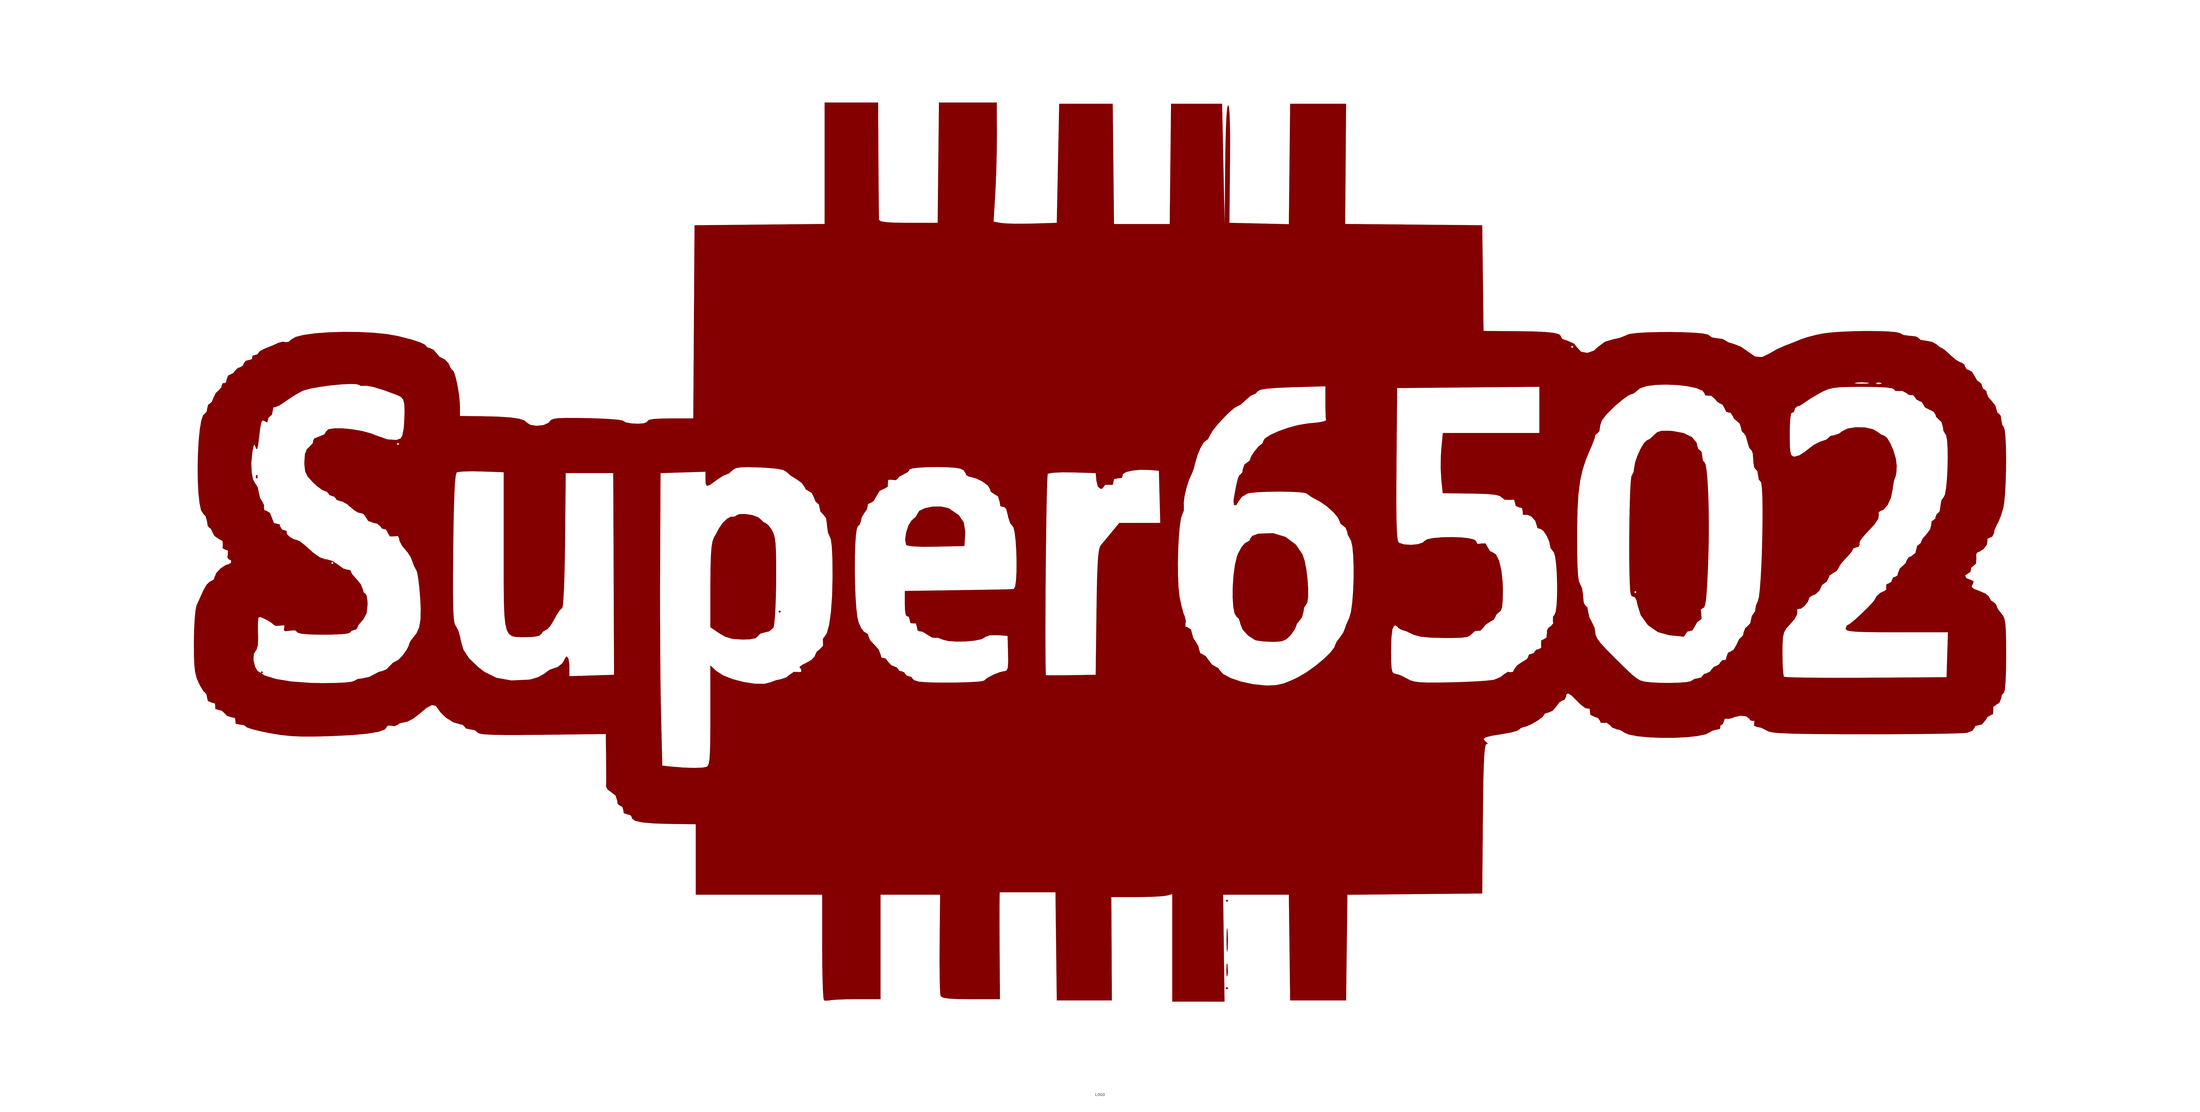
<source format=kicad_sym>
(kicad_symbol_lib
  (version 20220914)
  (generator "bitmap2component")
  (generator_version "9.0")
  (symbol "LOGO"
    (pin_names
      (offset 1.016))
    (property "Reference" "#G"
      (at 0 448.868 0)
      (effects (font (size 1.27 1.27)) hide))
    (symbol "LOGO_0_0"
      (polyline (pts (xy 41.727 -131.619) (xy 41.506 -114.685) (xy 51.911 -114.685) (xy 62.315 -114.685) (xy 62.523 -131.426) (xy 62.73 -148.167) (xy 71.582 -148.167) (xy 80.433 -148.167) (xy 80.641 -131.438) (xy 80.848 -114.709) (xy 102.192 -114.505) (xy 123.536 -114.3) (xy 123.74 -90.632) (xy 123.741 -90.481) (xy 123.816 -83.499) (xy 123.911 -77.93) (xy 124.032 -73.651) (xy 124.184 -70.537) (xy 124.375 -68.466) (xy 124.61 -67.311) (xy 124.894 -66.952) (xy 125.32 -66.824) (xy 124.713 -66.224) (xy 124.407 -66.014) (xy 123.962 -65.376) (xy 124.617 -64.843) (xy 126.515 -64.346) (xy 129.804 -63.816) (xy 129.905 -63.802) (xy 132.554 -63.327) (xy 134.503 -62.796) (xy 135.338 -62.324) (xy 135.517 -62.037) (xy 136.641 -61.576) (xy 137.433 -61.41) (xy 139.157 -60.653) (xy 141.035 -59.564) (xy 142.544 -58.459) (xy 143.164 -57.651) (xy 143.394 -57.272) (xy 144.573 -56.958) (xy 145.799 -56.447) (xy 147.012 -55.033) (xy 147.989 -53.723) (xy 149.066 -53.109) (xy 149.542 -52.976) (xy 150.091 -51.955) (xy 150.147 -51.338) (xy 150.671 -50.887) (xy 151.837 -51.602) (xy 153.764 -53.532) (xy 154.646 -54.414) (xy 156.138 -55.541) (xy 157.081 -55.764) (xy 157.53 -55.72) (xy 157.647 -56.688) (xy 157.797 -57.725) (xy 159.135 -58.358) (xy 160.211 -58.746) (xy 160.867 -59.681) (xy 161.052 -60.244) (xy 162.117 -60.278) (xy 162.899 -60.19) (xy 164.079 -61.072) (xy 164.663 -61.734) (xy 166.247 -62.345) (xy 167.087 -62.449) (xy 168.117 -63.016) (xy 168.309 -63.233) (xy 169.892 -63.94) (xy 172.596 -64.47) (xy 176.098 -64.823) (xy 180.075 -64.997) (xy 184.204 -64.99) (xy 188.164 -64.802) (xy 191.63 -64.431) (xy 194.28 -63.876) (xy 195.792 -63.134) (xy 196.376 -62.741) (xy 198.011 -62.345) (xy 198.753 -62.202) (xy 198.967 -61.576) (xy 198.846 -61.278) (xy 199.306 -60.806) (xy 199.696 -60.659) (xy 200.121 -59.606) (xy 200.232 -59.056) (xy 200.891 -58.882) (xy 201.264 -59.022) (xy 202.588 -58.784) (xy 203.297 -58.43) (xy 205.285 -57.993) (xy 207.103 -58.171) (xy 208.121 -58.946) (xy 208.469 -59.492) (xy 209.343 -59.66) (xy 209.705 -59.587) (xy 209.651 -60.381) (xy 209.6 -61.201) (xy 210.667 -61.576) (xy 211.85 -61.802) (xy 213.636 -62.706) (xy 214.084 -62.946) (xy 215.02 -63.197) (xy 216.504 -63.398) (xy 218.678 -63.555) (xy 221.685 -63.674) (xy 225.665 -63.758) (xy 230.76 -63.814) (xy 237.111 -63.846) (xy 244.86 -63.86) (xy 245.926 -63.861) (xy 252.588 -63.85) (xy 258.816 -63.817) (xy 264.426 -63.764) (xy 269.232 -63.694) (xy 273.052 -63.608) (xy 275.701 -63.511) (xy 276.995 -63.404) (xy 277.08 -63.386) (xy 278.726 -62.726) (xy 279.4 -61.831) (xy 279.613 -61.269) (xy 280.74 -60.965) (xy 281.731 -60.766) (xy 282.847 -59.459) (xy 283.58 -58.356) (xy 284.675 -57.727) (xy 285.26 -57.489) (xy 285.352 -56.254) (xy 285.335 -55.235) (xy 286.417 -54.402) (xy 287.247 -53.918) (xy 287.867 -52.411) (xy 288.021 -51.448) (xy 288.636 -50.8) (xy 288.692 -50.78) (xy 288.992 -49.794) (xy 289.216 -47.419) (xy 289.357 -43.784) (xy 289.406 -39.015) (xy 289.406 -38.556) (xy 289.386 -34.122) (xy 289.312 -30.944) (xy 289.152 -28.761) (xy 288.878 -27.312) (xy 288.46 -26.338) (xy 287.867 -25.577) (xy 286.809 -24.215) (xy 286.327 -23.099) (xy 286.193 -22.662) (xy 285.173 -21.83) (xy 284.637 -21.515) (xy 284.018 -20.438) (xy 283.925 -20.176) (xy 282.846 -19.307) (xy 280.946 -18.475) (xy 279.218 -17.816) (xy 278.461 -17.161) (xy 278.763 -16.388) (xy 278.883 -16.238) (xy 279.112 -15.404) (xy 277.987 -14.88) (xy 276.79 -14.389) (xy 276.418 -13.579) (xy 277.524 -12.788) (xy 278.088 -12.445) (xy 278.299 -11.632) (xy 278.262 -11.188) (xy 279.107 -10.462) (xy 279.861 -9.83) (xy 279.979 -8.072) (xy 279.939 -6.795) (xy 280.408 -6.158) (xy 280.852 -6.088) (xy 282.229 -5.232) (xy 283.287 -3.877) (xy 283.499 -2.622) (xy 283.443 -2.019) (xy 284.321 -1.539) (xy 284.988 -1.321) (xy 285.558 -0.171) (xy 285.76 0.936) (xy 286.592 2.715) (xy 286.913 3.274) (xy 287.765 5.345) (xy 288.517 7.845) (xy 288.792 9.437) (xy 289.064 12.296) (xy 289.256 15.828) (xy 289.366 19.718) (xy 289.393 23.649) (xy 289.335 27.308) (xy 289.19 30.376) (xy 288.958 32.539) (xy 288.636 33.482) (xy 288.15 34.207) (xy 287.867 35.836) (xy 287.681 37.058) (xy 287.097 37.715) (xy 286.685 37.929) (xy 286.327 39.084) (xy 285.965 40.273) (xy 284.788 41.77) (xy 283.792 42.901) (xy 283.248 44.25) (xy 283.16 44.788) (xy 282.479 45.412) (xy 282.125 45.542) (xy 281.709 46.567) (xy 281.62 47.098) (xy 280.92 47.721) (xy 280.204 48.218) (xy 279.4 49.645) (xy 278.614 50.926) (xy 277.495 51.57) (xy 276.939 51.708) (xy 276.321 52.724) (xy 276.195 53.261) (xy 275.226 53.879) (xy 274.916 53.939) (xy 273.506 54.745) (xy 271.821 56.188) (xy 271.238 56.756) (xy 269.818 58.001) (xy 269.013 58.497) (xy 268.504 58.715) (xy 267.36 59.651) (xy 266 60.426) (xy 263.951 60.806) (xy 262.365 61.03) (xy 261.697 61.576) (xy 261.678 61.667) (xy 260.811 62.149) (xy 259.048 62.346) (xy 258.813 62.349) (xy 256.948 62.595) (xy 255.924 63.115) (xy 255.791 63.222) (xy 254.452 63.523) (xy 251.985 63.73) (xy 248.709 63.844) (xy 244.938 63.867) (xy 240.989 63.797) (xy 237.18 63.637) (xy 233.825 63.388) (xy 231.243 63.05) (xy 229.254 62.639) (xy 226.424 61.912) (xy 224.367 61.215) (xy 224.339 61.204) (xy 221.925 60.21) (xy 219.364 59.222) (xy 219.305 59.201) (xy 216.827 58.09) (xy 214.627 56.823) (xy 212.154 55.609) (xy 209.945 55.77) (xy 207.634 57.358) (xy 207.533 57.45) (xy 205.399 58.904) (xy 203.2 59.767) (xy 201.428 60.293) (xy 200.445 60.906) (xy 199.561 61.364) (xy 197.831 61.576) (xy 196.228 61.842) (xy 195.309 62.538) (xy 194.966 62.765) (xy 193.346 63.083) (xy 190.688 63.319) (xy 187.304 63.474) (xy 183.506 63.546) (xy 179.608 63.534) (xy 175.921 63.437) (xy 172.759 63.254) (xy 170.434 62.983) (xy 169.258 62.625) (xy 168.947 62.423) (xy 167.209 61.746) (xy 164.911 61.211) (xy 162.388 60.463) (xy 160.182 58.815) (xy 158.872 57.638) (xy 156.808 56.937) (xy 154.868 57.284) (xy 153.545 58.687) (xy 152.617 59.867) (xy 150.519 60.804) (xy 150.489 60.809) (xy 148.967 61.309) (xy 148.448 61.961) (xy 148.455 62.263) (xy 147.87 62.836) (xy 146.33 63.257) (xy 143.688 63.547) (xy 139.8 63.724) (xy 134.519 63.808) (xy 123.951 63.885) (xy 123.744 80.626) (xy 123.536 97.367) (xy 101.838 97.571) (xy 80.14 97.775) (xy 80.287 116.813) (xy 80.433 135.851) (xy 71.582 135.851) (xy 62.73 135.851) (xy 62.524 116.778) (xy 62.318 97.704) (xy 52.903 97.92) (xy 43.488 98.136) (xy 43.678 116.802) (xy 43.684 117.425) (xy 43.713 123.769) (xy 43.666 128.802) (xy 43.548 132.466) (xy 43.359 134.707) (xy 43.101 135.467) (xy 43.039 135.427) (xy 42.784 134.333) (xy 42.564 131.803) (xy 42.385 127.918) (xy 42.249 122.761) (xy 42.161 116.417) (xy 41.989 97.367) (xy 41.584 116.609) (xy 41.179 135.851) (xy 33.097 135.851) (xy 25.015 135.851) (xy 24.809 116.802) (xy 24.603 97.751) (xy 15.779 97.751) (xy 6.954 97.751) (xy 6.748 116.802) (xy 6.542 135.851) (xy -1.924 135.851) (xy -10.391 135.851) (xy -10.776 116.994) (xy -11.161 98.136) (xy -18.858 97.904) (xy -20.836 97.86) (xy -24.268 97.854) (xy -27.1 97.935) (xy -28.864 98.095) (xy -31.173 98.518) (xy -30.63 107.564) (xy -30.47 110.72) (xy -30.281 116.005) (xy -30.16 121.5) (xy -30.126 126.423) (xy -30.164 136.236) (xy -39.314 136.236) (xy -48.464 136.236) (xy -48.67 117.186) (xy -48.876 98.136) (xy -58.112 98.136) (xy -58.784 98.137) (xy -62.791 98.198) (xy -65.456 98.366) (xy -66.95 98.661) (xy -67.445 99.099) (xy -67.463 99.537) (xy -67.497 101.365) (xy -67.534 104.368) (xy -67.571 108.318) (xy -67.606 112.988) (xy -67.637 118.148) (xy -67.733 136.236) (xy -76.2 136.236) (xy -84.667 136.236) (xy -84.667 117.007) (xy -84.667 97.777) (xy -105.256 97.572) (xy -125.846 97.367) (xy -126.047 66.771) (xy -126.099 58.882) (xy 151.63 58.882) (xy 152.015 59.267) (xy 152.4 58.882) (xy 152.015 58.497) (xy 151.63 58.882) (xy -126.099 58.882) (xy -126.175 47.328) (xy 241.354 47.328) (xy 241.888 47.504) (xy 243.625 47.632) (xy 245.736 47.493) (xy 246.102 47.358) (xy 245.434 47.221) (xy 243.609 47.172) (xy 242.186 47.206) (xy 241.354 47.328) (xy -126.175 47.328) (xy -126.176 47.136) (xy 248.176 47.136) (xy 248.468 47.477) (xy 248.913 47.6) (xy 249.943 47.417) (xy 249.931 47.154) (xy 248.933 47.012) (xy 248.176 47.136) (xy -126.176 47.136) (xy -126.248 36.176) (xy -133.551 36.176) (xy -136.083 36.15) (xy -138.854 36) (xy -140.384 35.694) (xy -140.855 35.208) (xy -140.909 35.051) (xy -141.891 34.644) (xy -143.693 34.496) (xy -145.77 34.591) (xy -147.576 34.912) (xy -148.565 35.443) (xy -148.732 35.534) (xy -150.115 35.769) (xy -152.645 35.985) (xy -156.033 36.16) (xy -159.996 36.273) (xy -163.14 36.322) (xy -166.626 36.33) (xy -168.986 36.242) (xy -170.464 36.035) (xy -171.307 35.685) (xy -171.759 35.17) (xy -172.106 34.766) (xy -173.728 34.054) (xy -175.873 33.843) (xy -177.889 34.149) (xy -179.121 34.988) (xy -179.621 35.468) (xy -181.276 36.062) (xy -184.106 36.484) (xy -188.231 36.752) (xy -193.771 36.881) (xy -200.121 36.946) (xy -200.121 39.896) (xy -200.157 41.041) (xy -200.426 43.728) (xy -200.883 46.538) (xy -201.445 49.058) (xy -202.024 50.873) (xy -202.537 51.57) (xy -202.721 51.602) (xy -203.2 52.394) (xy -203.722 53.596) (xy -204.889 54.845) (xy -206.039 55.418) (xy -206.649 55.757) (xy -207.64 56.958) (xy -208.473 57.903) (xy -209.749 58.497) (xy -210.272 58.569) (xy -210.897 59.144) (xy -211.202 59.539) (xy -212.832 60.317) (xy -215.731 61.245) (xy -219.749 62.268) (xy -223.113 62.87) (xy -227.406 63.314) (xy -232.116 63.553) (xy -236.964 63.597) (xy -241.671 63.453) (xy -245.959 63.131) (xy -249.549 62.64) (xy -252.164 61.988) (xy -253.524 61.185) (xy -254.333 60.444) (xy -255.391 60.33) (xy -256.105 60.499) (xy -257.625 60.127) (xy -257.647 60.115) (xy -259.353 59.329) (xy -261.505 58.468) (xy -261.777 58.363) (xy -263.36 57.556) (xy -264.006 56.864) (xy -264.152 56.542) (xy -265.206 56.188) (xy -265.756 56.077) (xy -265.93 55.418) (xy -265.975 54.945) (xy -267.039 54.648) (xy -267.978 54.433) (xy -268.624 53.494) (xy -268.767 52.945) (xy -269.803 52.339) (xy -270.396 52.209) (xy -271.425 51.185) (xy -271.752 50.651) (xy -272.94 50.03) (xy -273.577 49.718) (xy -274.012 48.446) (xy -274.176 47.572) (xy -274.782 47.336) (xy -275.184 47.403) (xy -275.552 46.588) (xy -275.672 45.984) (xy -276.637 44.947) (xy -277.43 44.259) (xy -278.191 42.663) (xy -278.679 41.446) (xy -279.415 40.794) (xy -279.853 40.505) (xy -280.17 39.255) (xy -280.301 38.36) (xy -280.87 37.715) (xy -281.466 37.171) (xy -282.051 35.344) (xy -282.519 32.495) (xy -282.865 28.901) (xy -283.084 24.837) (xy -283.141 22.037) (xy -266.185 22.037) (xy -265.908 25.165) (xy -265.752 26.1) (xy -265.417 27.644) (xy -265.128 27.872) (xy -264.786 26.939) (xy -264.63 26.494) (xy -264.324 26.501) (xy -264.013 27.843) (xy -263.667 30.623) (xy -263.351 33.256) (xy -263.004 34.954) (xy -262.582 35.569) (xy -262.001 35.339) (xy -261.157 34.885) (xy -260.927 35.697) (xy -260.825 36.316) (xy -260.158 36.946) (xy -259.688 37.294) (xy -259.388 38.613) (xy -259.277 39.554) (xy -258.895 39.788) (xy -258.622 39.737) (xy -257.38 40.239) (xy -255.624 41.392) (xy -255.13 41.755) (xy -252.568 43.451) (xy -250.152 44.818) (xy -249.53 45.071) (xy -247.336 45.653) (xy -244.412 46.186) (xy -241.133 46.631) (xy -237.871 46.948) (xy -235.002 47.099) (xy -232.898 47.042) (xy -231.933 46.74) (xy -231.646 46.491) (xy -230.463 46.484) (xy -229.8 46.551) (xy -227.618 46.161) (xy -224.283 45.148) (xy -219.941 43.553) (xy -218.807 42.977) (xy -218.089 42.104) (xy -217.73 40.63) (xy -217.655 38.245) (xy -217.789 34.636) (xy -217.943 32.917) (xy -218.352 30.868) (xy -218.873 29.838) (xy -220.277 29.342) (xy -223.144 29.552) (xy -226.856 30.87) (xy -228.288 31.426) (xy -231.14 32.193) (xy -234.269 32.737) (xy -237.319 33.03) (xy -239.936 33.042) (xy -241.766 32.746) (xy -242.455 32.114) (xy -243.048 31.141) (xy -244.77 30.402) (xy -244.899 30.372) (xy -246.3 29.793) (xy -246.611 29.124) (xy -246.709 28.323) (xy -246.927 28.094) (xy -220.133 28.094) (xy -219.749 28.479) (xy -219.364 28.094) (xy -219.749 27.709) (xy -220.133 28.094) (xy -246.927 28.094) (xy -247.759 27.219) (xy -248.607 26.418) (xy -249.216 24.871) (xy -249.382 22.315) (xy -249.375 21.594) (xy -249.132 19.377) (xy -248.303 17.696) (xy -246.57 15.816) (xy -245.532 14.87) (xy -243.837 13.588) (xy -242.721 13.085) (xy -242.299 13.018) (xy -241.685 12.315) (xy -241.555 11.961) (xy -240.53 11.546) (xy -239.999 11.459) (xy -239.376 10.776) (xy -239.225 10.405) (xy -238.166 10.006) (xy -237.429 9.88) (xy -235.884 9.044) (xy -235.375 8.59) (xy -233.557 7.073) (xy -232.354 6.345) (xy -231.378 6.158) (xy -230.624 5.867) (xy -229.755 4.618) (xy -229.179 3.696) (xy -227.476 3.079) (xy -226.273 2.821) (xy -225.224 1.875) (xy -224.882 1.311) (xy -224.075 1.097) (xy -223.56 1.015) (xy -222.969 -0.078) (xy -222.325 -1.205) (xy -220.957 -1.172) (xy -219.757 -1.048) (xy -219.364 -1.927) (xy -219.239 -2.685) (xy -218.402 -4.262) (xy -218.322 -4.351) (xy -216.663 -6.306) (xy -215.722 -7.766) (xy -215.13 -9.296) (xy -214.629 -10.637) (xy -213.894 -11.994) (xy -213.68 -12.57) (xy -213.333 -14.474) (xy -212.995 -17.294) (xy -202.338 -17.294) (xy -202.317 -11.83) (xy -202.257 -4.982) (xy -202.165 1.952) (xy -202.034 8.123) (xy -201.87 12.865) (xy -201.668 16.235) (xy -201.428 18.29) (xy -201.145 19.089) (xy -200.8 19.198) (xy -199.113 19.368) (xy -196.471 19.434) (xy -193.274 19.38) (xy -186.267 19.133) (xy -186.267 -5.708) (xy -186.269 -11.83) (xy -186.257 -17.876) (xy -186.192 -22.654) (xy -186.034 -26.315) (xy -185.745 -29.005) (xy -185.286 -30.874) (xy -184.616 -32.07) (xy -183.698 -32.742) (xy -182.493 -33.038) (xy -180.96 -33.107) (xy -179.062 -33.097) (xy -176.904 -33.027) (xy -175.032 -32.666) (xy -174.23 -31.942) (xy -173.916 -31.406) (xy -172.851 -30.788) (xy -172.414 -30.568) (xy -171.351 -29.315) (xy -170.185 -27.324) (xy -169.529 -26.101) (xy -168.47 -24.491) (xy -167.752 -23.861) (xy -167.559 -23.173) (xy -167.368 -21.11) (xy -167.194 -17.842) (xy -167.044 -13.538) (xy -166.925 -8.367) (xy -166.844 -2.502) (xy -166.639 18.858) (xy -159.114 18.858) (xy -151.588 18.858) (xy -151.462 -13.085) (xy -151.443 -17.88) (xy -136.774 -17.88) (xy -136.754 -10.391) (xy -136.621 18.858) (xy -129.502 19.079) (xy -122.382 19.3) (xy -122.382 16.962) (xy -122.317 15.454) (xy -121.921 14.785) (xy -120.906 15.161) (xy -118.987 16.549) (xy -118.43 16.959) (xy -116.738 18.04) (xy -115.669 18.473) (xy -115.032 18.694) (xy -113.846 19.71) (xy -113.627 19.941) (xy -112.747 20.428) (xy -111.254 20.686) (xy -108.841 20.746) (xy -105.201 20.642) (xy -103.122 20.541) (xy -99.793 20.246) (xy -97.717 19.814) (xy -96.705 19.212) (xy -95.445 18.092) (xy -93.589 16.933) (xy -93.556 16.916) (xy -91.892 15.71) (xy -90.998 14.432) (xy -90.653 13.723) (xy -89.595 13.085) (xy -88.782 12.605) (xy -88.062 11.161) (xy -87.57 9.889) (xy -86.892 9.236) (xy -86.49 8.937) (xy -86.206 7.673) (xy -86.002 6.71) (xy -85.052 5.666) (xy -84.219 4.657) (xy -83.897 2.381) (xy -83.891 2.038) (xy -83.6 -0.033) (xy -83.01 -1.349) (xy -82.702 -2.078) (xy -82.385 -4.401) (xy -82.201 -8.249) (xy -82.166 -11.851) (xy -75.109 -11.851) (xy -75.086 -7.703) (xy -74.974 -3.946) (xy -74.77 -0.866) (xy -74.473 1.251) (xy -74.083 2.117) (xy -73.573 2.505) (xy -73.121 3.858) (xy -72.924 4.843) (xy -71.953 6.446) (xy -71.315 7.309) (xy -70.991 8.618) (xy -70.972 9.05) (xy -70.175 9.409) (xy -70.11 9.4) (xy -69.157 9.988) (xy -68.275 11.526) (xy -67.312 13.157) (xy -66.025 13.855) (xy -65.79 13.866) (xy -64.676 14.598) (xy -64.596 16.454) (xy -64.339 16.782) (xy -63.148 16.719) (xy -62.19 16.618) (xy -61.576 17.024) (xy -61.078 17.694) (xy -59.652 18.473) (xy -58.364 19.166) (xy -57.727 19.993) (xy -57.716 20.036) (xy -56.853 20.35) (xy -54.88 20.584) (xy -52.18 20.73) (xy -49.135 20.782) (xy -46.128 20.732) (xy -43.541 20.573) (xy -41.756 20.297) (xy -40.674 19.772) (xy -40.024 18.768) (xy -39.9 18.284) (xy -38.896 17.703) (xy -38.537 17.683) (xy -36.607 17.145) (xy -34.579 16.112) (xy -32.978 14.894) (xy -32.327 13.802) (xy -32.04 12.969) (xy -30.788 12.092) (xy -29.776 11.495) (xy -29.248 9.717) (xy -29.023 8.371) (xy -28.199 8.148) (xy -27.925 8.203) (xy -27.187 7.547) (xy -26.661 5.495) (xy -26.54 4.861) (xy -25.93 3.017) (xy -25.209 2.118) (xy -24.902 1.708) (xy -24.5 0.054) (xy -24.193 -2.528) (xy -23.987 -5.687) (xy -23.891 -9.072) (xy -23.912 -12.331) (xy -24.059 -15.112) (xy -24.339 -17.064) (xy -24.76 -17.836) (xy -25.04 -17.868) (xy -25.557 -17.906) (xy -26.395 -17.942) (xy -27.729 -17.979) (xy -29.731 -18.021) (xy -32.577 -18.07) (xy -36.44 -18.132) (xy -41.494 -18.209) (xy -47.914 -18.304) (xy -59.267 -18.473) (xy -59.267 -22.752) (xy -59.22 -24.408) (xy -58.959 -26.158) (xy -58.497 -26.555) (xy -58.028 -26.59) (xy -57.727 -27.64) (xy -57.515 -28.635) (xy -56.573 -28.757) (xy -55.744 -28.768) (xy -55.418 -29.981) (xy -55.266 -30.935) (xy -54.739 -31.229) (xy -54.715 -31.215) (xy -53.669 -31.386) (xy -52.405 -32.156) (xy -14.764 -32.156) (xy -14.755 -26.698) (xy -14.729 -20.82) (xy -14.687 -14.72) (xy -14.632 -8.592) (xy -14.565 -2.633) (xy -14.488 2.962) (xy -14.403 7.996) (xy -14.312 12.274) (xy -14.217 15.601) (xy -14.119 17.779) (xy -14.021 18.614) (xy -13.645 18.773) (xy -11.957 18.998) (xy -9.312 19.108) (xy -6.089 19.081) (xy 1.155 18.858) (xy 1.396 16.356) (xy 1.848 14.563) (xy 2.743 13.855) (xy 3.23 13.943) (xy 3.848 14.714) (xy 4.159 15.155) (xy 5.406 15.166) (xy 6.543 15.121) (xy 6.753 16.038) (xy 6.96 16.954) (xy 8.319 17.222) (xy 9.458 17.353) (xy 9.706 18.143) (xy 9.753 18.535) (xy 10.823 19.196) (xy 12.876 19.68) (xy 15.548 19.916) (xy 18.473 19.834) (xy 21.167 19.59) (xy 21.385 11.335) (xy 21.604 3.079) (xy 15.115 3.079) (xy 8.626 3.079) (xy 6.25 0.192) (xy 5.542 -0.666) (xy 3.922 -2.613) (xy 2.767 -3.981) (xy 2.492 -4.457) (xy 2.191 -5.577) (xy 1.952 -7.408) (xy 1.809 -9.476) (xy 27.18 -9.476) (xy 27.274 -5.289) (xy 27.479 -1.322) (xy 27.783 2.095) (xy 28.175 4.632) (xy 28.644 5.961) (xy 29.057 6.994) (xy 29.065 8.825) (xy 29.024 9.356) (xy 29.268 11.484) (xy 29.898 14.185) (xy 30.754 16.847) (xy 31.677 18.858) (xy 31.693 18.885) (xy 32.178 20.175) (xy 32.684 22.137) (xy 33.393 24.576) (xy 34.358 26.874) (xy 35.361 28.58) (xy 36.18 29.248) (xy 36.686 29.579) (xy 37.353 30.86) (xy 37.362 30.887) (xy 38.146 32.218) (xy 39.637 34.093) (xy 41.502 36.162) (xy 43.409 38.074) (xy 45.028 39.478) (xy 46.025 40.024) (xy 46.091 40.03) (xy 47.166 40.637) (xy 48.602 41.935) (xy 48.737 42.075) (xy 50.212 43.335) (xy 51.313 43.859) (xy 51.644 43.922) (xy 52.523 44.809) (xy 53.261 45.245) (xy 55.251 45.593) (xy 58.586 45.859) (xy 63.363 46.053) (xy 73.891 46.36) (xy 73.891 41.268) (xy 73.916 38.705) (xy 73.985 36.614) (xy 74.083 35.599) (xy 74.086 35.566) (xy 73.34 35.231) (xy 71.464 34.898) (xy 68.826 34.636) (xy 68.241 34.585) (xy 65.212 34.067) (xy 62.003 33.196) (xy 58.952 32.105) (xy 56.397 30.927) (xy 54.675 29.794) (xy 54.123 28.841) (xy 54.142 28.622) (xy 53.756 28.071) (xy 53.623 28.043) (xy 52.688 27.267) (xy 51.495 25.841) (xy 50.467 24.317) (xy 50.03 23.244) (xy 49.895 22.838) (xy 48.876 22.043) (xy 48.223 21.516) (xy 47.721 20.036) (xy 47.591 19.119) (xy 47.039 18.473) (xy 47.035 18.473) (xy 46.572 18.111) (xy 46.105 16.888) (xy 45.571 14.581) (xy 44.907 10.968) (xy 44.789 9.986) (xy 44.984 8.675) (xy 45.649 8.705) (xy 46.577 10.173) (xy 47.482 11.361) (xy 49.261 12.406) (xy 50.188 12.584) (xy 52.544 12.81) (xy 55.585 12.947) (xy 58.941 12.995) (xy 62.241 12.957) (xy 65.116 12.833) (xy 67.194 12.626) (xy 68.105 12.336) (xy 68.25 12.164) (xy 69.483 11.275) (xy 71.385 10.25) (xy 72.043 9.906) (xy 74.255 8.394) (xy 76.327 6.544) (xy 77.868 4.737) (xy 78.487 3.354) (xy 78.629 2.895) (xy 79.664 2.031) (xy 80.266 1.591) (xy 80.818 0.178) (xy 80.936 -0.615) (xy 81.78 -2.193) (xy 82.011 -2.581) (xy 82.427 -4.412) (xy 82.695 -7.279) (xy 82.819 -10.836) (xy 82.806 -14.741) (xy 82.658 -18.648) (xy 82.38 -22.213) (xy 81.978 -25.092) (xy 81.455 -26.939) (xy 81.271 -27.331) (xy 80.401 -29.351) (xy 79.916 -30.758) (xy 79.444 -31.825) (xy 78.317 -33.404) (xy 77.433 -34.569) (xy 76.97 -35.596) (xy 76.722 -36.328) (xy 75.918 -37.376) (xy 94.673 -37.376) (xy 94.673 -37.362) (xy 94.776 -33.292) (xy 95.084 -30.673) (xy 95.589 -29.543) (xy 96.035 -29.385) (xy 96.808 -29.882) (xy 96.957 -30.18) (xy 98.008 -30.793) (xy 98.066 -30.795) (xy 99.385 -31.193) (xy 101.215 -32.061) (xy 101.967 -32.407) (xy 104.074 -32.948) (xy 107.121 -33.257) (xy 111.404 -33.371) (xy 114.066 -33.371) (xy 116.839 -33.288) (xy 118.599 -33.062) (xy 119.66 -32.643) (xy 120.331 -31.985) (xy 121.18 -31.201) (xy 122.226 -31.077) (xy 122.932 -31.072) (xy 123.882 -30.092) (xy 124.604 -29.158) (xy 126.229 -28.094) (xy 127.13 -27.615) (xy 127.77 -26.585) (xy 127.902 -26.062) (xy 128.924 -25.122) (xy 129.371 -24.779) (xy 129.795 -23.665) (xy 130.015 -21.566) (xy 130.079 -18.206) (xy 130.02 -15.896) (xy 129.616 -11.992) (xy 128.882 -8.909) (xy 127.886 -6.885) (xy 126.695 -6.158) (xy 125.98 -5.836) (xy 125.219 -4.549) (xy 124.573 -3.413) (xy 123.206 -3.446) (xy 122.032 -3.58) (xy 121.612 -2.746) (xy 121.083 -2.231) (xy 119.367 -1.788) (xy 116.83 -1.513) (xy 113.854 -1.407) (xy 110.818 -1.471) (xy 108.105 -1.706) (xy 106.096 -2.113) (xy 105.17 -2.694) (xy 104.759 -3.123) (xy 103.175 -3.651) (xy 100.992 -3.866) (xy 98.793 -3.731) (xy 97.163 -3.207) (xy 97.097 -3.15) (xy 96.829 -2.497) (xy 96.624 -1.106) (xy 96.477 1.158) (xy 96.385 4.428) (xy 96.343 8.837) (xy 96.347 14.517) (xy 96.393 21.604) (xy 96.597 45.797) (xy 119.111 46.001) (xy 141.624 46.205) (xy 141.624 38.881) (xy 141.624 31.558) (xy 126.342 31.558) (xy 111.059 31.558) (xy 110.584 26.468) (xy 110.433 24.061) (xy 110.396 20.245) (xy 110.573 16.932) (xy 111.038 12.486) (xy 119.981 12.376) (xy 121.993 12.343) (xy 125.444 12.215) (xy 127.728 11.982) (xy 129.105 11.61) (xy 129.83 11.066) (xy 130.55 10.45) (xy 132.331 10.373) (xy 132.428 10.403) (xy 133.615 10.449) (xy 133.927 9.374) (xy 134.14 8.468) (xy 135.274 7.975) (xy 136.138 7.796) (xy 136.371 6.63) (xy 136.409 5.684) (xy 137.261 5.616) (xy 137.712 5.691) (xy 139.12 5.104) (xy 140.337 3.735) (xy 140.855 2.08) (xy 141.001 1.468) (xy 141.817 1.188) (xy 141.977 1.209) (xy 142.893 0.559) (xy 143.902 -0.923) (xy 153.577 -0.923) (xy 153.586 1.208) (xy 153.704 7.245) (xy 153.995 12.152) (xy 154.508 16.241) (xy 155.291 19.822) (xy 156.391 23.206) (xy 157.858 26.705) (xy 158.275 27.655) (xy 159.029 29.6) (xy 159.327 30.746) (xy 159.356 30.966) (xy 160.097 31.558) (xy 160.624 32.131) (xy 160.867 33.66) (xy 160.88 33.952) (xy 161.39 35.498) (xy 162.784 37.362) (xy 165.258 39.818) (xy 165.689 40.211) (xy 167.885 42.07) (xy 169.692 43.378) (xy 170.754 43.873) (xy 171.533 44.094) (xy 172.799 45.16) (xy 173.53 45.743) (xy 175.587 46.413) (xy 178.454 46.793) (xy 181.799 46.902) (xy 185.286 46.757) (xy 188.581 46.377) (xy 191.348 45.78) (xy 193.254 44.984) (xy 193.964 44.007) (xy 194.125 43.486) (xy 195.125 43.384) (xy 196.018 43.37) (xy 197.234 42.312) (xy 198.003 41.38) (xy 199.062 40.794) (xy 199.676 40.467) (xy 200.364 39.177) (xy 200.796 38.273) (xy 201.553 38.034) (xy 202.103 38.022) (xy 202.789 37.028) (xy 203.224 36.157) (xy 204.384 35.117) (xy 205.021 34.596) (xy 205.509 33.121) (xy 205.65 32.204) (xy 206.244 31.558) (xy 206.348 31.533) (xy 206.967 30.64) (xy 207.484 28.864) (xy 207.559 28.497) (xy 208.096 26.842) (xy 208.673 26.17) (xy 208.827 26.091) (xy 209.206 25.019) (xy 209.357 23.091) (xy 209.377 22.401) (xy 209.645 20.695) (xy 210.127 20.012) (xy 210.633 19.534) (xy 210.897 18.088) (xy 211.091 16.822) (xy 211.678 16.164) (xy 211.894 15.737) (xy 212.104 14.009) (xy 212.236 11.191) (xy 212.295 7.533) (xy 212.287 3.288) (xy 212.218 -1.29) (xy 212.093 -5.949) (xy 211.918 -10.436) (xy 211.699 -14.499) (xy 211.441 -17.884) (xy 211.15 -20.34) (xy 210.832 -21.614) (xy 210.195 -23.081) (xy 209.986 -24.38) (xy 210.004 -24.681) (xy 209.378 -25.772) (xy 208.946 -26.288) (xy 208.588 -27.779) (xy 208.394 -28.693) (xy 207.433 -29.74) (xy 206.815 -30.206) (xy 206.279 -31.64) (xy 206.159 -32.455) (xy 205.584 -33.097) (xy 205.555 -33.099) (xy 204.837 -33.807) (xy 204.085 -35.406) (xy 204.059 -35.479) (xy 203.145 -37.061) (xy 202.085 -37.715) (xy 201.379 -37.996) (xy 201.246 -38.349) (xy 218.594 -38.349) (xy 218.615 -35.371) (xy 218.754 -33.084) (xy 219.112 -31.557) (xy 219.794 -30.376) (xy 220.903 -29.127) (xy 222.454 -27.349) (xy 223.253 -25.836) (xy 223.284 -24.381) (xy 223.281 -24.209) (xy 223.825 -24.149) (xy 224.416 -24.095) (xy 225.551 -23.243) (xy 226.6 -21.961) (xy 227.061 -20.773) (xy 227.094 -20.559) (xy 227.885 -20.012) (xy 229.065 -19.514) (xy 230.331 -18.306) (xy 230.909 -17.071) (xy 231.044 -16.671) (xy 232.064 -15.885) (xy 232.596 -15.553) (xy 233.218 -14.315) (xy 233.509 -13.566) (xy 234.757 -12.7) (xy 235.661 -12.242) (xy 236.318 -11.301) (xy 236.379 -11.046) (xy 237.186 -9.759) (xy 238.627 -8.146) (xy 239.152 -7.614) (xy 240.411 -6.154) (xy 240.915 -5.26) (xy 241.068 -4.949) (xy 242.134 -4.618) (xy 242.713 -4.489) (xy 243.048 -3.704) (xy 242.973 -3.325) (xy 243.15 -2.672) (xy 243.836 -1.68) (xy 245.22 -0.094) (xy 247.488 2.34) (xy 247.696 2.567) (xy 248.914 4.37) (xy 249.116 5.74) (xy 249.012 6.395) (xy 249.702 6.927) (xy 250.597 7.251) (xy 251.893 8.745) (xy 252.94 11.082) (xy 253.51 13.85) (xy 253.581 14.526) (xy 253.909 16.456) (xy 254.281 17.471) (xy 254.398 17.683) (xy 254.664 19.093) (xy 254.77 21.222) (xy 254.483 23.464) (xy 253.736 26.001) (xy 252.72 28.364) (xy 251.626 30.108) (xy 250.647 30.788) (xy 249.856 31.072) (xy 248.486 32.056) (xy 247.239 32.76) (xy 244.738 33.318) (xy 241.88 33.398) (xy 239.269 32.998) (xy 237.513 32.114) (xy 236.403 31.31) (xy 234.703 30.788) (xy 233.861 30.669) (xy 233.218 30.114) (xy 232.634 29.53) (xy 231.101 29.004) (xy 230.614 28.865) (xy 228.552 27.821) (xy 226.488 26.261) (xy 225.834 25.704) (xy 223.941 24.498) (xy 222.447 24.072) (xy 221.798 24.206) (xy 221.314 24.715) (xy 221.044 25.886) (xy 220.928 28.011) (xy 220.903 31.382) (xy 220.908 32.459) (xy 221.024 35.716) (xy 221.283 37.628) (xy 221.673 38.1) (xy 222.069 38.028) (xy 222.442 38.824) (xy 222.554 39.4) (xy 223.344 40.024) (xy 224.057 40.206) (xy 225.461 41.079) (xy 226.148 41.596) (xy 228.04 42.814) (xy 230.359 44.158) (xy 231.58 44.802) (xy 233.088 45.437) (xy 234.736 45.84) (xy 236.874 46.065) (xy 239.853 46.161) (xy 244.021 46.182) (xy 247.843 46.146) (xy 251.304 45.995) (xy 253.336 45.722) (xy 254 45.322) (xy 254.299 44.887) (xy 255.511 44.858) (xy 256.505 44.896) (xy 257.907 44.187) (xy 258.486 43.684) (xy 259.481 43.545) (xy 259.907 43.589) (xy 260.63 42.767) (xy 260.987 42.187) (xy 262.164 41.564) (xy 262.625 41.459) (xy 263.236 40.493) (xy 263.716 39.666) (xy 265.161 38.938) (xy 266.428 38.331) (xy 267.085 37.291) (xy 267.216 36.705) (xy 268.239 35.684) (xy 268.954 35.023) (xy 269.394 33.445) (xy 269.567 32.235) (xy 270.212 31.143) (xy 270.386 30.9) (xy 270.699 29.401) (xy 270.874 26.903) (xy 270.922 23.766) (xy 270.854 20.355) (xy 270.68 17.031) (xy 270.411 14.157) (xy 270.058 12.096) (xy 269.63 11.21) (xy 268.922 10.259) (xy 268.624 8.491) (xy 268.624 8.442) (xy 268.393 6.827) (xy 267.854 6.158) (xy 267.5 6.027) (xy 267.085 5.003) (xy 266.991 4.471) (xy 266.259 3.849) (xy 265.85 3.628) (xy 265.697 2.502) (xy 265.377 1.086) (xy 264.214 -0.473) (xy 262.984 -1.873) (xy 262.467 -2.975) (xy 262.427 -3.25) (xy 261.697 -3.849) (xy 261.237 -4.171) (xy 260.927 -5.46) (xy 260.691 -6.442) (xy 259.388 -7.474) (xy 258.493 -7.901) (xy 257.848 -8.903) (xy 257.624 -9.596) (xy 256.507 -10.68) (xy 255.777 -11.316) (xy 255.16 -12.835) (xy 254.992 -13.587) (xy 254.192 -14.047) (xy 253.731 -14.097) (xy 253.23 -15.009) (xy 253.099 -15.547) (xy 252.1 -16.164) (xy 251.531 -16.325) (xy 251.412 -17.318) (xy 251.51 -17.915) (xy 250.948 -18.473) (xy 250.883 -18.476) (xy 249.666 -19.024) (xy 248.417 -20.105) (xy 247.842 -21.116) (xy 247.782 -21.279) (xy 246.951 -22.321) (xy 245.419 -23.924) (xy 243.537 -25.752) (xy 241.655 -27.472) (xy 240.125 -28.749) (xy 239.298 -29.248) (xy 238.98 -29.378) (xy 238.606 -30.403) (xy 238.696 -30.692) (xy 239.213 -31.011) (xy 240.352 -31.243) (xy 242.297 -31.4) (xy 245.23 -31.496) (xy 249.337 -31.544) (xy 254.798 -31.558) (xy 270.991 -31.558) (xy 270.77 -38.677) (xy 270.548 -45.797) (xy 245.055 -45.96) (xy 240.894 -45.98) (xy 235.093 -45.985) (xy 229.913 -45.963) (xy 225.537 -45.914) (xy 222.151 -45.843) (xy 219.937 -45.751) (xy 219.078 -45.639) (xy 218.981 -45.404) (xy 218.783 -43.922) (xy 218.645 -41.444) (xy 218.594 -38.349) (xy 201.246 -38.349) (xy 200.891 -39.3) (xy 200.726 -40.173) (xy 200.116 -40.406) (xy 199.642 -40.334) (xy 198.879 -41.13) (xy 198.531 -41.712) (xy 197.427 -42.333) (xy 196.917 -42.466) (xy 195.994 -43.488) (xy 195.657 -44.02) (xy 194.373 -44.642) (xy 193.819 -44.733) (xy 193.194 -45.412) (xy 192.926 -45.851) (xy 191.7 -46.182) (xy 190.816 -46.305) (xy 189.73 -46.952) (xy 189.561 -47.071) (xy 188.198 -47.347) (xy 185.853 -47.527) (xy 182.936 -47.606) (xy 179.857 -47.577) (xy 177.025 -47.433) (xy 174.852 -47.17) (xy 174.421 -47.08) (xy 173.436 -46.753) (xy 172.379 -46.122) (xy 170.998 -44.989) (xy 169.041 -43.156) (xy 166.255 -40.426) (xy 165.406 -39.585) (xy 162.744 -36.891) (xy 160.982 -34.956) (xy 159.94 -33.545) (xy 159.44 -32.426) (xy 159.303 -31.365) (xy 159.07 -30.058) (xy 158.148 -28.139) (xy 157.484 -26.919) (xy 157.018 -24.868) (xy 156.844 -23.745) (xy 156.248 -23.091) (xy 156.103 -23.038) (xy 155.658 -22.036) (xy 155.479 -20.166) (xy 155.47 -19.757) (xy 155.151 -17.642) (xy 154.517 -16.279) (xy 154.151 -15.435) (xy 153.879 -13.616) (xy 153.699 -10.686) (xy 153.601 -6.503) (xy 153.577 -0.923) (xy 143.902 -0.923) (xy 143.914 -0.94) (xy 144.745 -2.781) (xy 145.095 -4.458) (xy 145.177 -4.903) (xy 146.065 -6.048) (xy 146.201 -6.192) (xy 146.624 -7.567) (xy 146.945 -9.999) (xy 147.158 -13.118) (xy 147.256 -16.556) (xy 147.235 -19.941) (xy 147.086 -22.903) (xy 146.806 -25.073) (xy 146.387 -26.08) (xy 145.954 -26.585) (xy 145.911 -27.956) (xy 146.021 -28.744) (xy 145.154 -29.714) (xy 144.532 -30.082) (xy 144.011 -31.068) (xy 144.055 -31.51) (xy 143.855 -33.296) (xy 142.851 -33.867) (xy 142.232 -34.12) (xy 142.171 -35.406) (xy 142.225 -36.474) (xy 141.329 -36.945) (xy 140.714 -37.047) (xy 140.085 -37.715) (xy 139.938 -38.083) (xy 138.885 -38.485) (xy 138.333 -38.584) (xy 138.119 -39.188) (xy 138.146 -39.245) (xy 137.712 -40.023) (xy 136.287 -40.895) (xy 136.281 -40.897) (xy 134.572 -42.032) (xy 133.64 -43.348) (xy 133.252 -44.138) (xy 132.323 -44.217) (xy 131.68 -44.08) (xy 130.539 -44.786) (xy 129.313 -45.754) (xy 127.385 -46.564) (xy 126.92 -46.659) (xy 124.823 -46.897) (xy 121.664 -47.117) (xy 117.786 -47.299) (xy 113.53 -47.422) (xy 109.788 -47.483) (xy 106.249 -47.486) (xy 103.748 -47.385) (xy 102.004 -47.153) (xy 100.74 -46.767) (xy 99.676 -46.202) (xy 99.526 -46.11) (xy 97.572 -45.132) (xy 96.02 -44.699) (xy 95.591 -44.62) (xy 95.111 -44.131) (xy 94.833 -42.949) (xy 94.704 -40.791) (xy 94.673 -37.376) (xy 75.918 -37.376) (xy 75.449 -37.987) (xy 73.362 -40.025) (xy 70.765 -42.179) (xy 67.962 -44.184) (xy 65.257 -45.776) (xy 63.636 -46.575) (xy 60.782 -47.746) (xy 58.293 -48.305) (xy 55.549 -48.422) (xy 54.821 -48.4) (xy 50.933 -47.995) (xy 47.185 -47.182) (xy 43.927 -46.073) (xy 41.509 -44.785) (xy 40.28 -43.43) (xy 40 -42.949) (xy 38.917 -42.333) (xy 37.997 -41.813) (xy 36.945 -40.409) (xy 35.968 -39.099) (xy 34.891 -38.485) (xy 34.308 -38.219) (xy 33.867 -37) (xy 33.678 -36) (xy 32.712 -34.361) (xy 32.086 -33.478) (xy 31.558 -31.613) (xy 31.347 -30.663) (xy 30.321 -30.018) (xy 29.606 -29.819) (xy 29.564 -28.766) (xy 29.715 -28.05) (xy 29.398 -26.649) (xy 29.397 -26.649) (xy 28.934 -25.492) (xy 28.342 -23.294) (xy 27.75 -20.529) (xy 27.67 -20.073) (xy 27.367 -17.198) (xy 27.207 -13.556) (xy 27.18 -9.476) (xy 1.809 -9.476) (xy 1.764 -10.114) (xy 1.618 -13.863) (xy 1.503 -18.819) (xy 1.407 -25.148) (xy 1.155 -45.027) (xy -6.735 -45.149) (xy -9.146 -45.18) (xy -11.976 -45.199) (xy -13.911 -45.188) (xy -14.63 -45.149) (xy -14.667 -44.06) (xy -14.721 -41.033) (xy -14.753 -37) (xy -14.764 -32.156) (xy -52.405 -32.156) (xy -52.148 -32.312) (xy -52.057 -32.383) (xy -50.617 -33.246) (xy -49.747 -33.327) (xy -48.906 -33.265) (xy -47.379 -33.844) (xy -47.269 -33.899) (xy -45.473 -34.337) (xy -42.883 -34.517) (xy -39.965 -34.464) (xy -37.184 -34.201) (xy -35.006 -33.753) (xy -33.895 -33.144) (xy -33.767 -32.995) (xy -32.376 -32.516) (xy -30.033 -32.47) (xy -26.737 -32.712) (xy -26.584 -38.292) (xy -26.55 -41.06) (xy -26.682 -42.83) (xy -27.052 -43.664) (xy -27.722 -43.873) (xy -29.229 -44.201) (xy -31.264 -45.015) (xy -33.142 -46.009) (xy -34.205 -46.876) (xy -35.022 -47.091) (xy -37.043 -47.271) (xy -39.915 -47.406) (xy -43.29 -47.488) (xy -46.819 -47.513) (xy -50.153 -47.476) (xy -52.943 -47.371) (xy -54.841 -47.193) (xy -56.294 -46.76) (xy -56.958 -46.131) (xy -57.087 -45.801) (xy -58.112 -45.412) (xy -58.643 -45.325) (xy -59.267 -44.642) (xy -59.397 -44.288) (xy -60.421 -43.873) (xy -60.952 -43.786) (xy -61.576 -43.103) (xy -61.697 -42.758) (xy -62.703 -42.333) (xy -63.562 -42.009) (xy -64.666 -40.772) (xy -65.362 -39.886) (xy -66.233 -39.663) (xy -66.673 -39.625) (xy -66.964 -38.586) (xy -67.523 -37.071) (xy -68.888 -35.544) (xy -68.894 -35.539) (xy -70.249 -34.109) (xy -70.812 -32.794) (xy -70.948 -32.182) (xy -71.844 -31.558) (xy -72.18 -31.423) (xy -73.096 -30.258) (xy -73.96 -28.286) (xy -74.321 -26.622) (xy -74.647 -23.775) (xy -74.888 -20.173) (xy -75.042 -16.103) (xy -75.109 -11.851) (xy -82.166 -11.851) (xy -82.148 -13.626) (xy -82.149 -13.806) (xy -82.288 -19.919) (xy -82.65 -25.054) (xy -83.215 -29.074) (xy -83.963 -31.84) (xy -84.876 -33.212) (xy -85.207 -33.63) (xy -85.192 -34.932) (xy -85.153 -35.803) (xy -86.235 -36.961) (xy -87.134 -37.673) (xy -87.746 -38.936) (xy -87.813 -39.216) (xy -88.815 -40.295) (xy -90.632 -41.328) (xy -91.374 -41.671) (xy -92.54 -42.432) (xy -92.551 -42.894) (xy -92.184 -43.099) (xy -91.999 -43.905) (xy -92.346 -44.173) (xy -93.58 -44.127) (xy -94.431 -44.107) (xy -95.686 -44.964) (xy -96.696 -45.809) (xy -98.568 -46.456) (xy -99.994 -46.725) (xy -101.579 -47.323) (xy -101.679 -47.381) (xy -103.791 -47.896) (xy -106.812 -47.844) (xy -110.293 -47.316) (xy -113.786 -46.403) (xy -116.841 -45.196) (xy -119.01 -43.786) (xy -120.843 -42.065) (xy -120.843 -57.896) (xy -120.849 -61.886) (xy -120.886 -66.305) (xy -120.97 -69.519) (xy -121.115 -71.72) (xy -121.335 -73.103) (xy -121.645 -73.863) (xy -122.06 -74.193) (xy -123.358 -74.432) (xy -125.996 -74.528) (xy -129.43 -74.418) (xy -133.266 -74.105) (xy -136.068 -73.808) (xy -136.477 -56.724) (xy -136.543 -53.508) (xy -136.627 -47.712) (xy -136.694 -40.924) (xy -136.742 -33.472) (xy -136.769 -25.682) (xy -136.774 -17.88) (xy -151.443 -17.88) (xy -151.336 -45.027) (xy -158.411 -45.249) (xy -165.485 -45.47) (xy -165.485 -42.362) (xy -165.506 -41.646) (xy -165.774 -39.938) (xy -166.255 -39.255) (xy -166.499 -39.3) (xy -167.024 -40.132) (xy -167.03 -40.223) (xy -167.743 -41.434) (xy -169.191 -42.562) (xy -170.713 -43.078) (xy -171.763 -43.46) (xy -173.259 -44.549) (xy -173.381 -44.657) (xy -175.298 -45.755) (xy -177.653 -46.465) (xy -178.384 -46.577) (xy -183.836 -46.827) (xy -188.591 -45.979) (xy -192.424 -44.069) (xy -194.369 -42.562) (xy -197.281 -39.766) (xy -199.047 -37.045) (xy -199.874 -34.119) (xy -200.027 -33.218) (xy -200.66 -30.993) (xy -201.425 -29.594) (xy -201.64 -29.277) (xy -201.903 -28.408) (xy -202.099 -26.93) (xy -202.234 -24.689) (xy -202.311 -21.528) (xy -202.338 -17.294) (xy -212.995 -17.294) (xy -212.994 -17.3) (xy -212.716 -20.677) (xy -212.55 -23.952) (xy -212.598 -27.413) (xy -213.029 -29.962) (xy -213.914 -31.95) (xy -215.323 -33.729) (xy -215.808 -34.345) (xy -216.285 -35.492) (xy -216.331 -35.78) (xy -217.029 -37.173) (xy -218.238 -38.829) (xy -219.534 -40.214) (xy -220.493 -40.794) (xy -221.278 -41.145) (xy -222.442 -42.333) (xy -223.407 -43.297) (xy -224.774 -43.873) (xy -225.827 -44.107) (xy -227.491 -45.003) (xy -228.885 -45.716) (xy -231.056 -46.157) (xy -232.552 -46.369) (xy -233.603 -46.952) (xy -234.42 -47.242) (xy -236.566 -47.483) (xy -239.789 -47.63) (xy -243.847 -47.666) (xy -247.49 -47.588) (xy -253.479 -47.153) (xy -258.347 -46.362) (xy -261.964 -45.24) (xy -264.199 -43.811) (xy -264.986 -42.519) (xy -265.485 -40.467) (xy -265.414 -38.512) (xy -264.723 -37.297) (xy -264.539 -37.099) (xy -264.128 -35.705) (xy -264.024 -33.596) (xy -264.041 -33.122) (xy -264.094 -30.488) (xy -264.077 -28.345) (xy -264.07 -28.128) (xy -263.911 -26.905) (xy -263.273 -26.73) (xy -261.712 -27.432) (xy -261.601 -27.488) (xy -259.932 -28.459) (xy -259.018 -29.225) (xy -258.422 -29.53) (xy -256.948 -29.437) (xy -256.7 -29.376) (xy -255.688 -29.374) (xy -255.76 -30.253) (xy -255.91 -30.796) (xy -255.511 -31.233) (xy -253.966 -31.05) (xy -252.352 -30.931) (xy -251.691 -31.461) (xy -251.549 -31.678) (xy -250.224 -32.042) (xy -247.466 -32.257) (xy -243.224 -32.327) (xy -240.791 -32.302) (xy -237.571 -32.159) (xy -235.494 -31.905) (xy -234.758 -31.558) (xy -234.627 -31.203) (xy -233.603 -30.788) (xy -233.078 -30.718) (xy -232.641 -30.211) (xy -232.647 -30.187) (xy -232.248 -29.265) (xy -231.102 -27.901) (xy -230.704 -27.47) (xy -229.67 -25.506) (xy -229.37 -22.706) (xy -229.405 -21.671) (xy -229.68 -19.93) (xy -230.139 -19.242) (xy -230.548 -19.038) (xy -230.922 -17.895) (xy -230.926 -17.822) (xy -231.527 -16.356) (xy -232.847 -14.736) (xy -233 -14.588) (xy -234.246 -13.167) (xy -234.758 -12.17) (xy -234.843 -11.887) (xy -235.705 -11.733) (xy -235.791 -11.753) (xy -237.022 -11.387) (xy -238.583 -10.258) (xy -238.642 -10.204) (xy -240.492 -8.975) (xy -242.245 -8.467) (xy -242.842 -8.422) (xy -244.466 -7.842) (xy -246.477 -6.444) (xy -249.167 -4.041) (xy -249.222 -3.989) (xy -250.755 -2.793) (xy -251.918 -2.285) (xy -252.593 -2.147) (xy -253.918 -1.428) (xy -254.901 -0.478) (xy -255.014 0.269) (xy -254.948 0.54) (xy -255.796 0.77) (xy -256.455 0.947) (xy -257.079 2.007) (xy -257.231 2.631) (xy -258.149 2.833) (xy -259.019 3.036) (xy -259.669 4.675) (xy -260.263 6.22) (xy -261.375 6.927) (xy -262.032 7.087) (xy -262.21 8.026) (xy -262.122 8.614) (xy -262.725 9.901) (xy -263.388 10.947) (xy -263.838 12.801) (xy -264.162 14.351) (xy -264.807 15.413) (xy -264.84 15.435) (xy -265.601 16.726) (xy -266.067 19.075) (xy -266.185 22.037) (xy -283.141 22.037) (xy -283.171 20.578) (xy -283.12 16.401) (xy -282.928 12.582) (xy -282.588 9.396) (xy -282.096 7.119) (xy -281.447 6.026) (xy -280.648 5.162) (xy -280.17 3.425) (xy -280.005 2.197) (xy -279.49 1.539) (xy -279 1.221) (xy -278.392 -0.057) (xy -277.855 -1.054) (xy -276.357 -2.077) (xy -275.27 -2.658) (xy -275.197 -3.944) (xy -275.29 -4.947) (xy -274.397 -5.388) (xy -273.57 -5.688) (xy -273.627 -6.927) (xy -273.766 -7.867) (xy -273.294 -8.467) (xy -272.609 -8.772) (xy -272.591 -9.562) (xy -272.698 -9.621) (xy -240.915 -9.621) (xy -240.53 -9.236) (xy -240.145 -9.621) (xy -240.53 -10.006) (xy -240.915 -9.621) (xy -272.698 -9.621) (xy -273.435 -10.032) (xy -274.22 -10.23) (xy -275.853 -11.289) (xy -277.262 -12.784) (xy -277.861 -14.17) (xy -278.006 -14.772) (xy -278.979 -15.394) (xy -279.255 -15.464) (xy -280.32 -16.468) (xy -281.367 -18.28) (xy -281.547 -18.689) (xy -282.607 -21.051) (xy -283.481 -22.943) (xy -283.492 -22.967) (xy -283.821 -24.453) (xy -284.094 -27.112) (xy -284.284 -30.588) (xy -284.364 -34.524) (xy -284.349 -38.582) (xy -284.232 -41.785) (xy -283.972 -44.117) (xy -283.529 -45.925) (xy -282.864 -47.556) (xy -282.362 -48.549) (xy -281.391 -50.154) (xy -280.747 -50.791) (xy -280.412 -51.083) (xy -280.17 -52.339) (xy -279.924 -53.323) (xy -278.654 -53.879) (xy -277.707 -54.084) (xy -277.582 -55.033) (xy -277.607 -55.823) (xy -276.486 -56.188) (xy -275.549 -56.387) (xy -274.503 -57.342) (xy -273.93 -58.019) (xy -272.415 -58.497) (xy -271.328 -58.722) (xy -271.212 -59.651) (xy -271.12 -60.54) (xy -269.755 -60.806) (xy -268.513 -60.965) (xy -267.855 -61.455) (xy -267.575 -61.684) (xy -266.092 -62.206) (xy -263.62 -62.839) (xy -260.484 -63.491) (xy -260.423 -63.502) (xy -257.049 -64.064) (xy -253.8 -64.418) (xy -250.264 -64.586) (xy -246.024 -64.586) (xy -240.665 -64.44) (xy -234.37 -64.129) (xy -229.431 -63.678) (xy -225.951 -63.086) (xy -223.891 -62.344) (xy -223.212 -61.449) (xy -222.921 -61.097) (xy -221.738 -61.17) (xy -220.805 -61.293) (xy -219.768 -60.837) (xy -219.123 -60.357) (xy -217.544 -60.036) (xy -216.793 -59.88) (xy -214.914 -58.914) (xy -212.892 -57.358) (xy -210.683 -55.501) (xy -208.998 -54.615) (xy -207.799 -54.84) (xy -206.842 -56.129) (xy -206.428 -56.787) (xy -204.549 -58.631) (xy -202.155 -60.104) (xy -199.929 -60.75) (xy -199.22 -60.895) (xy -198.582 -61.576) (xy -198.137 -62.074) (xy -196.722 -62.345) (xy -195.467 -62.566) (xy -194.538 -63.308) (xy -194.381 -63.481) (xy -193.545 -63.741) (xy -191.879 -63.927) (xy -189.24 -64.044) (xy -185.488 -64.097) (xy -180.481 -64.091) (xy -174.077 -64.032) (xy -153.939 -63.795) (xy -153.848 -71.729) (xy -153.826 -74.105) (xy -153.812 -77.162) (xy -153.821 -79.414) (xy -153.852 -80.494) (xy -153.403 -81.334) (xy -152.048 -82.34) (xy -150.863 -83.274) (xy -150.313 -84.953) (xy -150.214 -85.923) (xy -149.321 -86.588) (xy -148.726 -86.811) (xy -148.393 -87.955) (xy -148.272 -88.843) (xy -147.046 -89.285) (xy -146.141 -89.47) (xy -145.665 -90.204) (xy -145.603 -90.639) (xy -144.555 -91.323) (xy -142.218 -91.814) (xy -138.51 -92.126) (xy -133.35 -92.273) (xy -125.461 -92.364) (xy -125.461 -103.524) (xy -125.461 -114.685) (xy -105.448 -114.685) (xy -85.436 -114.685) (xy -85.436 -131.105) (xy -85.433 -132.844) (xy -85.393 -137.569) (xy -85.313 -141.686) (xy -85.198 -144.963) (xy -85.058 -147.166) (xy -84.899 -148.062) (xy -84.571 -148.251) (xy -83.297 -148.191) (xy -82.738 -148.082) (xy -80.808 -147.927) (xy -77.964 -147.821) (xy -74.598 -147.782) (xy -66.964 -147.782) (xy -66.964 -131.233) (xy -66.964 -114.685) (xy -57.535 -114.685) (xy -48.106 -114.685) (xy -48.249 -130.145) (xy -48.256 -130.964) (xy -48.273 -135.676) (xy -48.248 -139.857) (xy -48.188 -143.255) (xy -48.095 -145.618) (xy -47.974 -146.693) (xy -47.803 -146.948) (xy -46.954 -147.351) (xy -45.248 -147.608) (xy -42.458 -147.743) (xy -38.357 -147.782) (xy -29.157 -147.782) (xy -29.252 -134.889) (xy -29.27 -132.155) (xy -29.294 -127.586) (xy -29.307 -123.451) (xy -29.309 -120.118) (xy -29.298 -117.956) (xy -29.248 -113.915) (xy -20.412 -113.915) (xy -11.575 -113.915) (xy -11.368 -131.041) (xy -11.161 -148.167) (xy -2.443 -148.167) (xy 6.275 -148.167) (xy 6.189 -131.811) (xy 6.103 -115.454) (xy 14.02 -115.444) (xy 16.282 -115.423) (xy 19.58 -115.325) (xy 22.183 -115.167) (xy 23.668 -114.969) (xy 25.4 -114.505) (xy 25.4 -131.528) (xy 25.4 -148.552) (xy 33.674 -148.552) (xy 41.948 -148.553) (xy 41.727 -131.619)) (stroke (width 0.01) (type default)) (fill (type outline)))
      (polyline (pts (xy 43.103 -144.318) (xy 42.718 -143.933) (xy 42.333 -144.318) (xy 42.718 -144.703) (xy 43.103 -144.318)) (stroke (width 0.01) (type default)) (fill (type outline)))
      (polyline (pts (xy 42.877 -140.277) (xy 43.004 -139.056) (xy 42.877 -136.814) (xy 42.757 -136.424) (xy 42.603 -136.881) (xy 42.543 -138.545) (xy 42.565 -139.675) (xy 42.686 -140.642) (xy 42.877 -140.277)) (stroke (width 0.01) (type default)) (fill (type outline)))
      (polyline (pts (xy 42.893 -132.216) (xy 42.928 -131.829) (xy 43.018 -128.965) (xy 42.898 -126.058) (xy 42.833 -125.486) (xy 42.714 -125.352) (xy 42.63 -126.546) (xy 42.597 -128.924) (xy 42.603 -130.154) (xy 42.658 -132.101) (xy 42.76 -132.844) (xy 42.893 -132.216)) (stroke (width 0.01) (type default)) (fill (type outline)))
      (polyline (pts (xy 43.103 -116.609) (xy 42.718 -116.224) (xy 42.333 -116.609) (xy 42.718 -116.994) (xy 43.103 -116.609)) (stroke (width 0.01) (type default)) (fill (type outline)))
      (polyline (pts (xy -108.359 -33.791) (xy -106.516 -33.429) (xy -105.727 -32.712) (xy -105.054 -31.994) (xy -103.469 -31.558) (xy -102.2 -31.254) (xy -100.876 -30.103) (xy -100.668 -29.249) (xy -100.429 -27.003) (xy -100.231 -23.714) (xy -100.091 -19.659) (xy -100.023 -15.115) (xy -100.02 -14.522) (xy -100.017 -9.645) (xy -100.075 -6.032) (xy -100.214 -3.435) (xy -100.455 -1.605) (xy -100.819 -0.293) (xy -101.326 0.749) (xy -101.484 1.009) (xy -102.584 2.479) (xy -103.413 3.079) (xy -103.966 3.293) (xy -105.037 4.327) (xy -105.76 4.898) (xy -107.579 5.553) (xy -109.752 5.904) (xy -111.683 5.87) (xy -112.772 5.37) (xy -112.977 5.131) (xy -113.94 5.019) (xy -114.315 5.067) (xy -115.534 4.426) (xy -116.933 3.097) (xy -118.045 1.481) (xy -118.687 0.274) (xy -119.707 -1.539) (xy -119.74 -1.599) (xy -120.17 -2.789) (xy -120.478 -4.688) (xy -120.681 -7.504) (xy -120.794 -11.443) (xy -120.831 -16.713) (xy -120.843 -29.963) (xy -117.97 -31.915) (xy -116.169 -32.96) (xy -113.787 -33.672) (xy -110.634 -33.867) (xy -108.359 -33.791)) (stroke (width 0.01) (type default)) (fill (type outline)))
      (polyline (pts (xy -98.521 -25.015) (xy -98.906 -24.63) (xy -99.291 -25.015) (xy -98.906 -25.4) (xy -98.521 -25.015)) (stroke (width 0.01) (type default)) (fill (type outline)))
      (polyline (pts (xy 60.059 -34.408) (xy 61.524 -33.787) (xy 62.832 -32.52) (xy 63.045 -32.266) (xy 64.188 -30.654) (xy 64.654 -29.535) (xy 64.836 -28.919) (xy 65.809 -27.709) (xy 66.492 -26.794) (xy 66.964 -24.966) (xy 67.146 -23.765) (xy 67.835 -22.643) (xy 68.134 -22.164) (xy 68.405 -20.401) (xy 68.426 -17.78) (xy 68.227 -14.709) (xy 67.84 -11.593) (xy 67.296 -8.839) (xy 66.625 -6.854) (xy 64.531 -3.803) (xy 61.255 -1.35) (xy 57.266 -0.159) (xy 52.767 -0.326) (xy 52.621 -0.355) (xy 50.739 -1.032) (xy 50.03 -1.959) (xy 49.909 -2.465) (xy 48.912 -3.079) (xy 48.416 -3.309) (xy 47.325 -4.597) (xy 46.218 -6.64) (xy 45.889 -7.513) (xy 45.243 -10.219) (xy 44.796 -13.524) (xy 44.554 -17.073) (xy 44.526 -20.515) (xy 44.719 -23.495) (xy 45.14 -25.662) (xy 45.797 -26.661) (xy 46.48 -27.249) (xy 46.952 -28.775) (xy 46.955 -28.892) (xy 47.682 -30.704) (xy 49.365 -32.572) (xy 51.569 -34.005) (xy 52.279 -34.2) (xy 54.307 -34.458) (xy 56.868 -34.582) (xy 57.847 -34.586) (xy 60.059 -34.408)) (stroke (width 0.01) (type default)) (fill (type outline)))
      (polyline (pts (xy -262.467 -44.258) (xy -262.852 -43.873) (xy -263.236 -44.258) (xy -262.852 -44.642) (xy -262.467 -44.258)) (stroke (width 0.01) (type default)) (fill (type outline)))
      (polyline (pts (xy -264.171 17.303) (xy -264.263 18.216) (xy -264.494 18.337) (xy -264.776 17.703) (xy -264.72 17.296) (xy -264.263 17.19) (xy -264.171 17.303)) (stroke (width 0.01) (type default)) (fill (type outline)))
      (polyline (pts (xy -49.393 -4.45) (xy -40.409 -4.233) (xy -40.172 -0.517) (xy -40.143 0.224) (xy -40.609 3.235) (xy -42.218 5.581) (xy -45.169 7.584) (xy -45.703 7.822) (xy -47.984 8.288) (xy -50.549 8.236) (xy -52.943 7.744) (xy -54.715 6.894) (xy -55.412 5.766) (xy -55.714 5.111) (xy -56.883 4.074) (xy -57.15 3.86) (xy -58.136 2.273) (xy -58.867 0.014) (xy -59.173 -2.249) (xy -58.885 -3.844) (xy -58.585 -4.041) (xy -56.87 -4.344) (xy -53.772 -4.482) (xy -49.393 -4.45)) (stroke (width 0.01) (type default)) (fill (type outline)))
      (polyline (pts (xy 187.459 -32.863) (xy 188.103 -31.894) (xy 188.46 -31.335) (xy 189.341 -31.17) (xy 190.086 -30.953) (xy 190.867 -29.68) (xy 191.604 -28.349) (xy 192.489 -27.709) (xy 192.974 -27.308) (xy 192.878 -25.785) (xy 192.747 -24.36) (xy 193.455 -23.861) (xy 193.746 -23.714) (xy 194.09 -22.927) (xy 194.374 -21.302) (xy 194.618 -18.664) (xy 194.842 -14.838) (xy 195.066 -9.647) (xy 195.099 -8.744) (xy 195.24 -3.202) (xy 195.281 2.291) (xy 195.228 7.524) (xy 195.091 12.283) (xy 194.878 16.355) (xy 194.596 19.528) (xy 194.254 21.587) (xy 193.859 22.321) (xy 193.422 22.798) (xy 193.194 24.245) (xy 193.003 25.511) (xy 192.424 26.17) (xy 192.07 26.3) (xy 191.655 27.324) (xy 191.41 28.502) (xy 189.924 30.264) (xy 187.301 31.544) (xy 183.782 32.191) (xy 182.434 32.274) (xy 180.279 32.241) (xy 178.927 31.813) (xy 177.881 30.882) (xy 176.727 29.776) (xy 175.729 29.248) (xy 175.663 29.241) (xy 174.81 28.461) (xy 173.758 26.728) (xy 172.731 24.516) (xy 171.952 22.299) (xy 171.642 20.55) (xy 171.456 19.143) (xy 170.873 18.088) (xy 170.748 17.744) (xy 170.561 16.089) (xy 170.401 13.309) (xy 170.272 9.664) (xy 170.175 5.411) (xy 170.112 0.812) (xy 170.085 -3.876) (xy 170.096 -8.393) (xy 170.148 -12.478) (xy 170.243 -15.874) (xy 170.382 -18.321) (xy 170.463 -18.858) (xy 171.642 -18.858) (xy 172.027 -18.473) (xy 172.412 -18.858) (xy 172.027 -19.242) (xy 171.642 -18.858) (xy 170.463 -18.858) (xy 170.569 -19.56) (xy 170.904 -20.137) (xy 171.655 -20.389) (xy 171.853 -20.415) (xy 172.362 -21.385) (xy 172.811 -23.28) (xy 173.73 -26.16) (xy 175.991 -29.294) (xy 179.162 -31.516) (xy 182.918 -32.528) (xy 184.165 -32.631) (xy 186.147 -32.822) (xy 187.146 -32.958) (xy 187.459 -32.863)) (stroke (width 0.01) (type default)) (fill (type outline))))))
</source>
